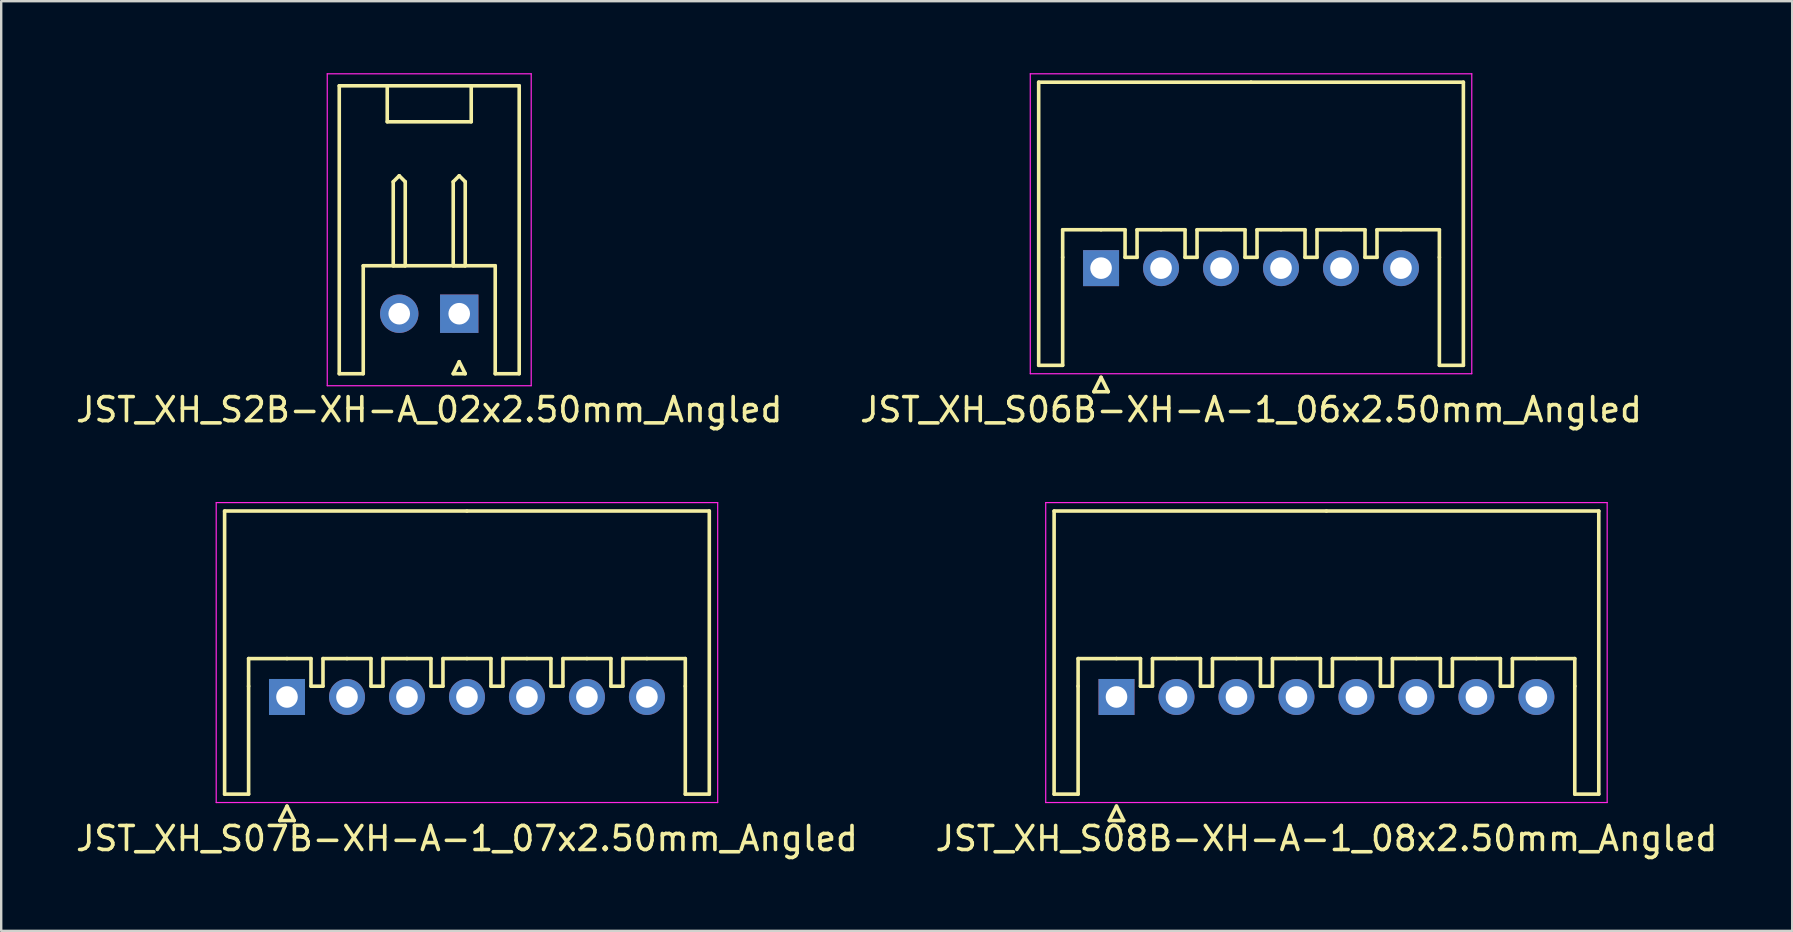
<source format=kicad_pcb>
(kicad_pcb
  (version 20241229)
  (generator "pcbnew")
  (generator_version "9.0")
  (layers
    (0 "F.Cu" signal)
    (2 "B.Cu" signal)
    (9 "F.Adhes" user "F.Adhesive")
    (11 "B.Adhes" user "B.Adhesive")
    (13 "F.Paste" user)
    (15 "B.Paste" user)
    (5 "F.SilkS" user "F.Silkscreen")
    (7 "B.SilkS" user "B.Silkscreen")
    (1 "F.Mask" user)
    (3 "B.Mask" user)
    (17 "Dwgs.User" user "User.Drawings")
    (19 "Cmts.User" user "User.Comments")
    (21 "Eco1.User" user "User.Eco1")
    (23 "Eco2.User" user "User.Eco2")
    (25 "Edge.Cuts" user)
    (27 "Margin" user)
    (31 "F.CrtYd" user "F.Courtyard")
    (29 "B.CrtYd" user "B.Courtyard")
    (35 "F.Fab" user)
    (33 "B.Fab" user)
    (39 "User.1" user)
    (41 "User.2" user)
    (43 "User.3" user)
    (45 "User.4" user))
  (footprint "JST_XH_S06B-XH-A-1_06x2.50mm_Angled"
    (layer "F.Cu")
    (at 42.839 8.125)
    (property "Reference" "JST_XH_S06B-XH-A-1_06x2.50mm_Angled" (at 6.25 5.9 0) (layer "F.SilkS") (effects (font (size 1 1) (thickness 0.15))))
    (attr through_hole)
    (fp_line (start -2.6 -7.75) (end -2.6 4.05) (stroke (width 0.15) (type solid)) (layer "F.SilkS"))
    (fp_line (start -2.6 4.05) (end -1.6 4.05) (stroke (width 0.15) (type solid)) (layer "F.SilkS"))
    (fp_line (start -1.6 -1.6) (end 0 -1.6) (stroke (width 0.15) (type solid)) (layer "F.SilkS"))
    (fp_line (start -1.6 -0.45) (end -1.6 -1.6) (stroke (width 0.15) (type solid)) (layer "F.SilkS"))
    (fp_line (start -1.6 4.05) (end -1.6 -0.45) (stroke (width 0.15) (type solid)) (layer "F.SilkS"))
    (fp_line (start -0.3 5.15) (end 0.3 5.15) (stroke (width 0.15) (type solid)) (layer "F.SilkS"))
    (fp_line (start 0 -1.6) (end 1 -1.6) (stroke (width 0.15) (type solid)) (layer "F.SilkS"))
    (fp_line (start 0 4.55) (end -0.3 5.15) (stroke (width 0.15) (type solid)) (layer "F.SilkS"))
    (fp_line (start 0.3 5.15) (end 0 4.55) (stroke (width 0.15) (type solid)) (layer "F.SilkS"))
    (fp_line (start 1 -1.6) (end 1 -0.45) (stroke (width 0.15) (type solid)) (layer "F.SilkS"))
    (fp_line (start 1 -0.45) (end 1.5 -0.45) (stroke (width 0.15) (type solid)) (layer "F.SilkS"))
    (fp_line (start 1.5 -1.6) (end 2.5 -1.6) (stroke (width 0.15) (type solid)) (layer "F.SilkS"))
    (fp_line (start 1.5 -0.45) (end 1.5 -1.6) (stroke (width 0.15) (type solid)) (layer "F.SilkS"))
    (fp_line (start 2.5 -1.6) (end 3.5 -1.6) (stroke (width 0.15) (type solid)) (layer "F.SilkS"))
    (fp_line (start 3.5 -1.6) (end 3.5 -0.45) (stroke (width 0.15) (type solid)) (layer "F.SilkS"))
    (fp_line (start 3.5 -0.45) (end 4 -0.45) (stroke (width 0.15) (type solid)) (layer "F.SilkS"))
    (fp_line (start 4 -1.6) (end 5 -1.6) (stroke (width 0.15) (type solid)) (layer "F.SilkS"))
    (fp_line (start 4 -0.45) (end 4 -1.6) (stroke (width 0.15) (type solid)) (layer "F.SilkS"))
    (fp_line (start 5 -1.6) (end 6 -1.6) (stroke (width 0.15) (type solid)) (layer "F.SilkS"))
    (fp_line (start 6 -1.6) (end 6 -0.45) (stroke (width 0.15) (type solid)) (layer "F.SilkS"))
    (fp_line (start 6 -0.45) (end 6.5 -0.45) (stroke (width 0.15) (type solid)) (layer "F.SilkS"))
    (fp_line (start 6.25 -7.75) (end -2.6 -7.75) (stroke (width 0.15) (type solid)) (layer "F.SilkS"))
    (fp_line (start 6.25 -7.75) (end 15.1 -7.75) (stroke (width 0.15) (type solid)) (layer "F.SilkS"))
    (fp_line (start 6.5 -1.6) (end 7.5 -1.6) (stroke (width 0.15) (type solid)) (layer "F.SilkS"))
    (fp_line (start 6.5 -0.45) (end 6.5 -1.6) (stroke (width 0.15) (type solid)) (layer "F.SilkS"))
    (fp_line (start 7.5 -1.6) (end 8.5 -1.6) (stroke (width 0.15) (type solid)) (layer "F.SilkS"))
    (fp_line (start 8.5 -1.6) (end 8.5 -0.45) (stroke (width 0.15) (type solid)) (layer "F.SilkS"))
    (fp_line (start 8.5 -0.45) (end 9 -0.45) (stroke (width 0.15) (type solid)) (layer "F.SilkS"))
    (fp_line (start 9 -1.6) (end 10 -1.6) (stroke (width 0.15) (type solid)) (layer "F.SilkS"))
    (fp_line (start 9 -0.45) (end 9 -1.6) (stroke (width 0.15) (type solid)) (layer "F.SilkS"))
    (fp_line (start 10 -1.6) (end 11 -1.6) (stroke (width 0.15) (type solid)) (layer "F.SilkS"))
    (fp_line (start 11 -1.6) (end 11 -0.45) (stroke (width 0.15) (type solid)) (layer "F.SilkS"))
    (fp_line (start 11 -0.45) (end 11.5 -0.45) (stroke (width 0.15) (type solid)) (layer "F.SilkS"))
    (fp_line (start 11.5 -1.6) (end 12.5 -1.6) (stroke (width 0.15) (type solid)) (layer "F.SilkS"))
    (fp_line (start 11.5 -0.45) (end 11.5 -1.6) (stroke (width 0.15) (type solid)) (layer "F.SilkS"))
    (fp_line (start 14.1 -1.6) (end 12.5 -1.6) (stroke (width 0.15) (type solid)) (layer "F.SilkS"))
    (fp_line (start 14.1 -0.45) (end 14.1 -1.6) (stroke (width 0.15) (type solid)) (layer "F.SilkS"))
    (fp_line (start 14.1 4.05) (end 14.1 -0.45) (stroke (width 0.15) (type solid)) (layer "F.SilkS"))
    (fp_line (start 15.1 -7.75) (end 15.1 4.05) (stroke (width 0.15) (type solid)) (layer "F.SilkS"))
    (fp_line (start 15.1 4.05) (end 14.1 4.05) (stroke (width 0.15) (type solid)) (layer "F.SilkS"))
    (fp_line (start -2.95 -8.1) (end -2.95 4.4) (stroke (width 0.05) (type solid)) (layer "F.CrtYd"))
    (fp_line (start -2.95 4.4) (end 15.45 4.4) (stroke (width 0.05) (type solid)) (layer "F.CrtYd"))
    (fp_line (start 15.45 -8.1) (end -2.95 -8.1) (stroke (width 0.05) (type solid)) (layer "F.CrtYd"))
    (fp_line (start 15.45 4.4) (end 15.45 -8.1) (stroke (width 0.05) (type solid)) (layer "F.CrtYd"))
    (pad "1" thru_hole rect (at 0 0) (size 1.5 1.5) (drill 0.9) (layers "*.Cu" "*.Mask"))
    (pad "2" thru_hole circle (at 2.5 0) (size 1.5 1.5) (drill 0.9) (layers "*.Cu" "*.Mask"))
    (pad "3" thru_hole circle (at 5 0) (size 1.5 1.5) (drill 0.9) (layers "*.Cu" "*.Mask"))
    (pad "4" thru_hole circle (at 7.5 0) (size 1.5 1.5) (drill 0.9) (layers "*.Cu" "*.Mask"))
    (pad "5" thru_hole circle (at 10 0) (size 1.5 1.5) (drill 0.9) (layers "*.Cu" "*.Mask"))
    (pad "6" thru_hole circle (at 12.5 0) (size 1.5 1.5) (drill 0.9) (layers "*.Cu" "*.Mask")))
  (footprint "JST_XH_S07B-XH-A-1_07x2.50mm_Angled"
    (layer "F.Cu")
    (at 8.911 25.998)
    (property "Reference" "JST_XH_S07B-XH-A-1_07x2.50mm_Angled" (at 7.5 5.9 0) (layer "F.SilkS") (effects (font (size 1 1) (thickness 0.15))))
    (attr through_hole)
    (fp_line (start -2.6 -7.75) (end -2.6 4.05) (stroke (width 0.15) (type solid)) (layer "F.SilkS"))
    (fp_line (start -2.6 4.05) (end -1.6 4.05) (stroke (width 0.15) (type solid)) (layer "F.SilkS"))
    (fp_line (start -1.6 -1.6) (end 0 -1.6) (stroke (width 0.15) (type solid)) (layer "F.SilkS"))
    (fp_line (start -1.6 -0.45) (end -1.6 -1.6) (stroke (width 0.15) (type solid)) (layer "F.SilkS"))
    (fp_line (start -1.6 4.05) (end -1.6 -0.45) (stroke (width 0.15) (type solid)) (layer "F.SilkS"))
    (fp_line (start -0.3 5.15) (end 0.3 5.15) (stroke (width 0.15) (type solid)) (layer "F.SilkS"))
    (fp_line (start 0 -1.6) (end 1 -1.6) (stroke (width 0.15) (type solid)) (layer "F.SilkS"))
    (fp_line (start 0 4.55) (end -0.3 5.15) (stroke (width 0.15) (type solid)) (layer "F.SilkS"))
    (fp_line (start 0.3 5.15) (end 0 4.55) (stroke (width 0.15) (type solid)) (layer "F.SilkS"))
    (fp_line (start 1 -1.6) (end 1 -0.45) (stroke (width 0.15) (type solid)) (layer "F.SilkS"))
    (fp_line (start 1 -0.45) (end 1.5 -0.45) (stroke (width 0.15) (type solid)) (layer "F.SilkS"))
    (fp_line (start 1.5 -1.6) (end 2.5 -1.6) (stroke (width 0.15) (type solid)) (layer "F.SilkS"))
    (fp_line (start 1.5 -0.45) (end 1.5 -1.6) (stroke (width 0.15) (type solid)) (layer "F.SilkS"))
    (fp_line (start 2.5 -1.6) (end 3.5 -1.6) (stroke (width 0.15) (type solid)) (layer "F.SilkS"))
    (fp_line (start 3.5 -1.6) (end 3.5 -0.45) (stroke (width 0.15) (type solid)) (layer "F.SilkS"))
    (fp_line (start 3.5 -0.45) (end 4 -0.45) (stroke (width 0.15) (type solid)) (layer "F.SilkS"))
    (fp_line (start 4 -1.6) (end 5 -1.6) (stroke (width 0.15) (type solid)) (layer "F.SilkS"))
    (fp_line (start 4 -0.45) (end 4 -1.6) (stroke (width 0.15) (type solid)) (layer "F.SilkS"))
    (fp_line (start 5 -1.6) (end 6 -1.6) (stroke (width 0.15) (type solid)) (layer "F.SilkS"))
    (fp_line (start 6 -1.6) (end 6 -0.45) (stroke (width 0.15) (type solid)) (layer "F.SilkS"))
    (fp_line (start 6 -0.45) (end 6.5 -0.45) (stroke (width 0.15) (type solid)) (layer "F.SilkS"))
    (fp_line (start 6.5 -1.6) (end 7.5 -1.6) (stroke (width 0.15) (type solid)) (layer "F.SilkS"))
    (fp_line (start 6.5 -0.45) (end 6.5 -1.6) (stroke (width 0.15) (type solid)) (layer "F.SilkS"))
    (fp_line (start 7.5 -7.75) (end -2.6 -7.75) (stroke (width 0.15) (type solid)) (layer "F.SilkS"))
    (fp_line (start 7.5 -7.75) (end 17.6 -7.75) (stroke (width 0.15) (type solid)) (layer "F.SilkS"))
    (fp_line (start 7.5 -1.6) (end 8.5 -1.6) (stroke (width 0.15) (type solid)) (layer "F.SilkS"))
    (fp_line (start 8.5 -1.6) (end 8.5 -0.45) (stroke (width 0.15) (type solid)) (layer "F.SilkS"))
    (fp_line (start 8.5 -0.45) (end 9 -0.45) (stroke (width 0.15) (type solid)) (layer "F.SilkS"))
    (fp_line (start 9 -1.6) (end 10 -1.6) (stroke (width 0.15) (type solid)) (layer "F.SilkS"))
    (fp_line (start 9 -0.45) (end 9 -1.6) (stroke (width 0.15) (type solid)) (layer "F.SilkS"))
    (fp_line (start 10 -1.6) (end 11 -1.6) (stroke (width 0.15) (type solid)) (layer "F.SilkS"))
    (fp_line (start 11 -1.6) (end 11 -0.45) (stroke (width 0.15) (type solid)) (layer "F.SilkS"))
    (fp_line (start 11 -0.45) (end 11.5 -0.45) (stroke (width 0.15) (type solid)) (layer "F.SilkS"))
    (fp_line (start 11.5 -1.6) (end 12.5 -1.6) (stroke (width 0.15) (type solid)) (layer "F.SilkS"))
    (fp_line (start 11.5 -0.45) (end 11.5 -1.6) (stroke (width 0.15) (type solid)) (layer "F.SilkS"))
    (fp_line (start 12.5 -1.6) (end 13.5 -1.6) (stroke (width 0.15) (type solid)) (layer "F.SilkS"))
    (fp_line (start 13.5 -1.6) (end 13.5 -0.45) (stroke (width 0.15) (type solid)) (layer "F.SilkS"))
    (fp_line (start 13.5 -0.45) (end 14 -0.45) (stroke (width 0.15) (type solid)) (layer "F.SilkS"))
    (fp_line (start 14 -1.6) (end 15 -1.6) (stroke (width 0.15) (type solid)) (layer "F.SilkS"))
    (fp_line (start 14 -0.45) (end 14 -1.6) (stroke (width 0.15) (type solid)) (layer "F.SilkS"))
    (fp_line (start 16.6 -1.6) (end 15 -1.6) (stroke (width 0.15) (type solid)) (layer "F.SilkS"))
    (fp_line (start 16.6 -0.45) (end 16.6 -1.6) (stroke (width 0.15) (type solid)) (layer "F.SilkS"))
    (fp_line (start 16.6 4.05) (end 16.6 -0.45) (stroke (width 0.15) (type solid)) (layer "F.SilkS"))
    (fp_line (start 17.6 -7.75) (end 17.6 4.05) (stroke (width 0.15) (type solid)) (layer "F.SilkS"))
    (fp_line (start 17.6 4.05) (end 16.6 4.05) (stroke (width 0.15) (type solid)) (layer "F.SilkS"))
    (fp_line (start -2.95 -8.1) (end -2.95 4.4) (stroke (width 0.05) (type solid)) (layer "F.CrtYd"))
    (fp_line (start -2.95 4.4) (end 17.95 4.4) (stroke (width 0.05) (type solid)) (layer "F.CrtYd"))
    (fp_line (start 17.95 -8.1) (end -2.95 -8.1) (stroke (width 0.05) (type solid)) (layer "F.CrtYd"))
    (fp_line (start 17.95 4.4) (end 17.95 -8.1) (stroke (width 0.05) (type solid)) (layer "F.CrtYd"))
    (pad "1" thru_hole rect (at 0 0) (size 1.5 1.5) (drill 0.9) (layers "*.Cu" "*.Mask"))
    (pad "2" thru_hole circle (at 2.5 0) (size 1.5 1.5) (drill 0.9) (layers "*.Cu" "*.Mask"))
    (pad "3" thru_hole circle (at 5 0) (size 1.5 1.5) (drill 0.9) (layers "*.Cu" "*.Mask"))
    (pad "4" thru_hole circle (at 7.5 0) (size 1.5 1.5) (drill 0.9) (layers "*.Cu" "*.Mask"))
    (pad "5" thru_hole circle (at 10 0) (size 1.5 1.5) (drill 0.9) (layers "*.Cu" "*.Mask"))
    (pad "6" thru_hole circle (at 12.5 0) (size 1.5 1.5) (drill 0.9) (layers "*.Cu" "*.Mask"))
    (pad "7" thru_hole circle (at 15 0) (size 1.5 1.5) (drill 0.9) (layers "*.Cu" "*.Mask")))
  (footprint "JST_XH_S2B-XH-A_02x2.50mm_Angled"
    (layer "F.Cu")
    (at 16.089 10.025)
    (property "Reference" "JST_XH_S2B-XH-A_02x2.50mm_Angled" (at -1.25 4 180) (layer "F.SilkS") (effects (font (size 1 1) (thickness 0.15))))
    (attr through_hole)
    (fp_line (start -5 -9.5) (end -5 2.5) (stroke (width 0.15) (type solid)) (layer "F.SilkS"))
    (fp_line (start -5 -9.5) (end 2.5 -9.5) (stroke (width 0.15) (type solid)) (layer "F.SilkS"))
    (fp_line (start -4 -2) (end -4 2.5) (stroke (width 0.15) (type solid)) (layer "F.SilkS"))
    (fp_line (start -4 -2) (end 1.5 -2) (stroke (width 0.15) (type solid)) (layer "F.SilkS"))
    (fp_line (start -4 2.5) (end -5 2.5) (stroke (width 0.15) (type solid)) (layer "F.SilkS"))
    (fp_line (start -3 -9.5) (end -3 -8) (stroke (width 0.15) (type solid)) (layer "F.SilkS"))
    (fp_line (start -2.75 -5.5) (end -2.75 -2) (stroke (width 0.15) (type solid)) (layer "F.SilkS"))
    (fp_line (start -2.75 -2) (end -2.25 -2) (stroke (width 0.15) (type solid)) (layer "F.SilkS"))
    (fp_line (start -2.5 -5.75) (end -2.75 -5.5) (stroke (width 0.15) (type solid)) (layer "F.SilkS"))
    (fp_line (start -2.25 -5.5) (end -2.5 -5.75) (stroke (width 0.15) (type solid)) (layer "F.SilkS"))
    (fp_line (start -2.25 -2) (end -2.25 -5.5) (stroke (width 0.15) (type solid)) (layer "F.SilkS"))
    (fp_line (start -0.25 -5.5) (end -0.25 -2) (stroke (width 0.15) (type solid)) (layer "F.SilkS"))
    (fp_line (start -0.25 -2) (end 0.25 -2) (stroke (width 0.15) (type solid)) (layer "F.SilkS"))
    (fp_line (start -0.25 2.5) (end 0 2) (stroke (width 0.15) (type solid)) (layer "F.SilkS"))
    (fp_line (start 0 -5.75) (end -0.25 -5.5) (stroke (width 0.15) (type solid)) (layer "F.SilkS"))
    (fp_line (start 0 2) (end 0.25 2.5) (stroke (width 0.15) (type solid)) (layer "F.SilkS"))
    (fp_line (start 0.25 -5.5) (end 0 -5.75) (stroke (width 0.15) (type solid)) (layer "F.SilkS"))
    (fp_line (start 0.25 -2) (end 0.25 -5.5) (stroke (width 0.15) (type solid)) (layer "F.SilkS"))
    (fp_line (start 0.25 2.5) (end -0.25 2.5) (stroke (width 0.15) (type solid)) (layer "F.SilkS"))
    (fp_line (start 0.5 -9.5) (end 0.5 -8) (stroke (width 0.15) (type solid)) (layer "F.SilkS"))
    (fp_line (start 0.5 -8) (end -3 -8) (stroke (width 0.15) (type solid)) (layer "F.SilkS"))
    (fp_line (start 1.5 2.5) (end 1.5 -2) (stroke (width 0.15) (type solid)) (layer "F.SilkS"))
    (fp_line (start 2.5 2.5) (end 1.5 2.5) (stroke (width 0.15) (type solid)) (layer "F.SilkS"))
    (fp_line (start 2.5 2.5) (end 2.5 -9.5) (stroke (width 0.15) (type solid)) (layer "F.SilkS"))
    (fp_line (start -5.5 -10) (end 3 -10) (stroke (width 0.05) (type solid)) (layer "F.CrtYd"))
    (fp_line (start -5.5 3) (end -5.5 -10) (stroke (width 0.05) (type solid)) (layer "F.CrtYd"))
    (fp_line (start 3 -10) (end 3 3) (stroke (width 0.05) (type solid)) (layer "F.CrtYd"))
    (fp_line (start 3 3) (end -5.5 3) (stroke (width 0.05) (type solid)) (layer "F.CrtYd"))
    (pad "1" thru_hole rect (at 0 0 180) (size 1.6 1.6) (drill 0.9) (layers "*.Cu" "*.Mask"))
    (pad "2" thru_hole circle (at -2.5 0 180) (size 1.6 1.6) (drill 0.9) (layers "*.Cu" "*.Mask")))
  (footprint "JST_XH_S08B-XH-A-1_08x2.50mm_Angled"
    (layer "F.Cu")
    (at 43.482 25.998)
    (property "Reference" "JST_XH_S08B-XH-A-1_08x2.50mm_Angled" (at 8.75 5.9 0) (layer "F.SilkS") (effects (font (size 1 1) (thickness 0.15))))
    (attr through_hole)
    (fp_line (start -2.6 -7.75) (end -2.6 4.05) (stroke (width 0.15) (type solid)) (layer "F.SilkS"))
    (fp_line (start -2.6 4.05) (end -1.6 4.05) (stroke (width 0.15) (type solid)) (layer "F.SilkS"))
    (fp_line (start -1.6 -1.6) (end 0 -1.6) (stroke (width 0.15) (type solid)) (layer "F.SilkS"))
    (fp_line (start -1.6 -0.45) (end -1.6 -1.6) (stroke (width 0.15) (type solid)) (layer "F.SilkS"))
    (fp_line (start -1.6 4.05) (end -1.6 -0.45) (stroke (width 0.15) (type solid)) (layer "F.SilkS"))
    (fp_line (start -0.3 5.15) (end 0.3 5.15) (stroke (width 0.15) (type solid)) (layer "F.SilkS"))
    (fp_line (start 0 -1.6) (end 1 -1.6) (stroke (width 0.15) (type solid)) (layer "F.SilkS"))
    (fp_line (start 0 4.55) (end -0.3 5.15) (stroke (width 0.15) (type solid)) (layer "F.SilkS"))
    (fp_line (start 0.3 5.15) (end 0 4.55) (stroke (width 0.15) (type solid)) (layer "F.SilkS"))
    (fp_line (start 1 -1.6) (end 1 -0.45) (stroke (width 0.15) (type solid)) (layer "F.SilkS"))
    (fp_line (start 1 -0.45) (end 1.5 -0.45) (stroke (width 0.15) (type solid)) (layer "F.SilkS"))
    (fp_line (start 1.5 -1.6) (end 2.5 -1.6) (stroke (width 0.15) (type solid)) (layer "F.SilkS"))
    (fp_line (start 1.5 -0.45) (end 1.5 -1.6) (stroke (width 0.15) (type solid)) (layer "F.SilkS"))
    (fp_line (start 2.5 -1.6) (end 3.5 -1.6) (stroke (width 0.15) (type solid)) (layer "F.SilkS"))
    (fp_line (start 3.5 -1.6) (end 3.5 -0.45) (stroke (width 0.15) (type solid)) (layer "F.SilkS"))
    (fp_line (start 3.5 -0.45) (end 4 -0.45) (stroke (width 0.15) (type solid)) (layer "F.SilkS"))
    (fp_line (start 4 -1.6) (end 5 -1.6) (stroke (width 0.15) (type solid)) (layer "F.SilkS"))
    (fp_line (start 4 -0.45) (end 4 -1.6) (stroke (width 0.15) (type solid)) (layer "F.SilkS"))
    (fp_line (start 5 -1.6) (end 6 -1.6) (stroke (width 0.15) (type solid)) (layer "F.SilkS"))
    (fp_line (start 6 -1.6) (end 6 -0.45) (stroke (width 0.15) (type solid)) (layer "F.SilkS"))
    (fp_line (start 6 -0.45) (end 6.5 -0.45) (stroke (width 0.15) (type solid)) (layer "F.SilkS"))
    (fp_line (start 6.5 -1.6) (end 7.5 -1.6) (stroke (width 0.15) (type solid)) (layer "F.SilkS"))
    (fp_line (start 6.5 -0.45) (end 6.5 -1.6) (stroke (width 0.15) (type solid)) (layer "F.SilkS"))
    (fp_line (start 7.5 -1.6) (end 8.5 -1.6) (stroke (width 0.15) (type solid)) (layer "F.SilkS"))
    (fp_line (start 8.5 -1.6) (end 8.5 -0.45) (stroke (width 0.15) (type solid)) (layer "F.SilkS"))
    (fp_line (start 8.5 -0.45) (end 9 -0.45) (stroke (width 0.15) (type solid)) (layer "F.SilkS"))
    (fp_line (start 8.75 -7.75) (end -2.6 -7.75) (stroke (width 0.15) (type solid)) (layer "F.SilkS"))
    (fp_line (start 8.75 -7.75) (end 20.1 -7.75) (stroke (width 0.15) (type solid)) (layer "F.SilkS"))
    (fp_line (start 9 -1.6) (end 10 -1.6) (stroke (width 0.15) (type solid)) (layer "F.SilkS"))
    (fp_line (start 9 -0.45) (end 9 -1.6) (stroke (width 0.15) (type solid)) (layer "F.SilkS"))
    (fp_line (start 10 -1.6) (end 11 -1.6) (stroke (width 0.15) (type solid)) (layer "F.SilkS"))
    (fp_line (start 11 -1.6) (end 11 -0.45) (stroke (width 0.15) (type solid)) (layer "F.SilkS"))
    (fp_line (start 11 -0.45) (end 11.5 -0.45) (stroke (width 0.15) (type solid)) (layer "F.SilkS"))
    (fp_line (start 11.5 -1.6) (end 12.5 -1.6) (stroke (width 0.15) (type solid)) (layer "F.SilkS"))
    (fp_line (start 11.5 -0.45) (end 11.5 -1.6) (stroke (width 0.15) (type solid)) (layer "F.SilkS"))
    (fp_line (start 12.5 -1.6) (end 13.5 -1.6) (stroke (width 0.15) (type solid)) (layer "F.SilkS"))
    (fp_line (start 13.5 -1.6) (end 13.5 -0.45) (stroke (width 0.15) (type solid)) (layer "F.SilkS"))
    (fp_line (start 13.5 -0.45) (end 14 -0.45) (stroke (width 0.15) (type solid)) (layer "F.SilkS"))
    (fp_line (start 14 -1.6) (end 15 -1.6) (stroke (width 0.15) (type solid)) (layer "F.SilkS"))
    (fp_line (start 14 -0.45) (end 14 -1.6) (stroke (width 0.15) (type solid)) (layer "F.SilkS"))
    (fp_line (start 15 -1.6) (end 16 -1.6) (stroke (width 0.15) (type solid)) (layer "F.SilkS"))
    (fp_line (start 16 -1.6) (end 16 -0.45) (stroke (width 0.15) (type solid)) (layer "F.SilkS"))
    (fp_line (start 16 -0.45) (end 16.5 -0.45) (stroke (width 0.15) (type solid)) (layer "F.SilkS"))
    (fp_line (start 16.5 -1.6) (end 17.5 -1.6) (stroke (width 0.15) (type solid)) (layer "F.SilkS"))
    (fp_line (start 16.5 -0.45) (end 16.5 -1.6) (stroke (width 0.15) (type solid)) (layer "F.SilkS"))
    (fp_line (start 19.1 -1.6) (end 17.5 -1.6) (stroke (width 0.15) (type solid)) (layer "F.SilkS"))
    (fp_line (start 19.1 -0.45) (end 19.1 -1.6) (stroke (width 0.15) (type solid)) (layer "F.SilkS"))
    (fp_line (start 19.1 4.05) (end 19.1 -0.45) (stroke (width 0.15) (type solid)) (layer "F.SilkS"))
    (fp_line (start 20.1 -7.75) (end 20.1 4.05) (stroke (width 0.15) (type solid)) (layer "F.SilkS"))
    (fp_line (start 20.1 4.05) (end 19.1 4.05) (stroke (width 0.15) (type solid)) (layer "F.SilkS"))
    (fp_line (start -2.95 -8.1) (end -2.95 4.4) (stroke (width 0.05) (type solid)) (layer "F.CrtYd"))
    (fp_line (start -2.95 4.4) (end 20.45 4.4) (stroke (width 0.05) (type solid)) (layer "F.CrtYd"))
    (fp_line (start 20.45 -8.1) (end -2.95 -8.1) (stroke (width 0.05) (type solid)) (layer "F.CrtYd"))
    (fp_line (start 20.45 4.4) (end 20.45 -8.1) (stroke (width 0.05) (type solid)) (layer "F.CrtYd"))
    (pad "1" thru_hole rect (at 0 0) (size 1.5 1.5) (drill 0.9) (layers "*.Cu" "*.Mask"))
    (pad "2" thru_hole circle (at 2.5 0) (size 1.5 1.5) (drill 0.9) (layers "*.Cu" "*.Mask"))
    (pad "3" thru_hole circle (at 5 0) (size 1.5 1.5) (drill 0.9) (layers "*.Cu" "*.Mask"))
    (pad "4" thru_hole circle (at 7.5 0) (size 1.5 1.5) (drill 0.9) (layers "*.Cu" "*.Mask"))
    (pad "5" thru_hole circle (at 10 0) (size 1.5 1.5) (drill 0.9) (layers "*.Cu" "*.Mask"))
    (pad "6" thru_hole circle (at 12.5 0) (size 1.5 1.5) (drill 0.9) (layers "*.Cu" "*.Mask"))
    (pad "7" thru_hole circle (at 15 0) (size 1.5 1.5) (drill 0.9) (layers "*.Cu" "*.Mask"))
    (pad "8" thru_hole circle (at 17.5 0) (size 1.5 1.5) (drill 0.9) (layers "*.Cu" "*.Mask")))
  (gr_rect
    (start -3 -3)
    (end 71.643 35.746)
    (stroke (width 0.1) (type default))
    (fill no)
    (layer "Edge.Cuts")))
</source>
